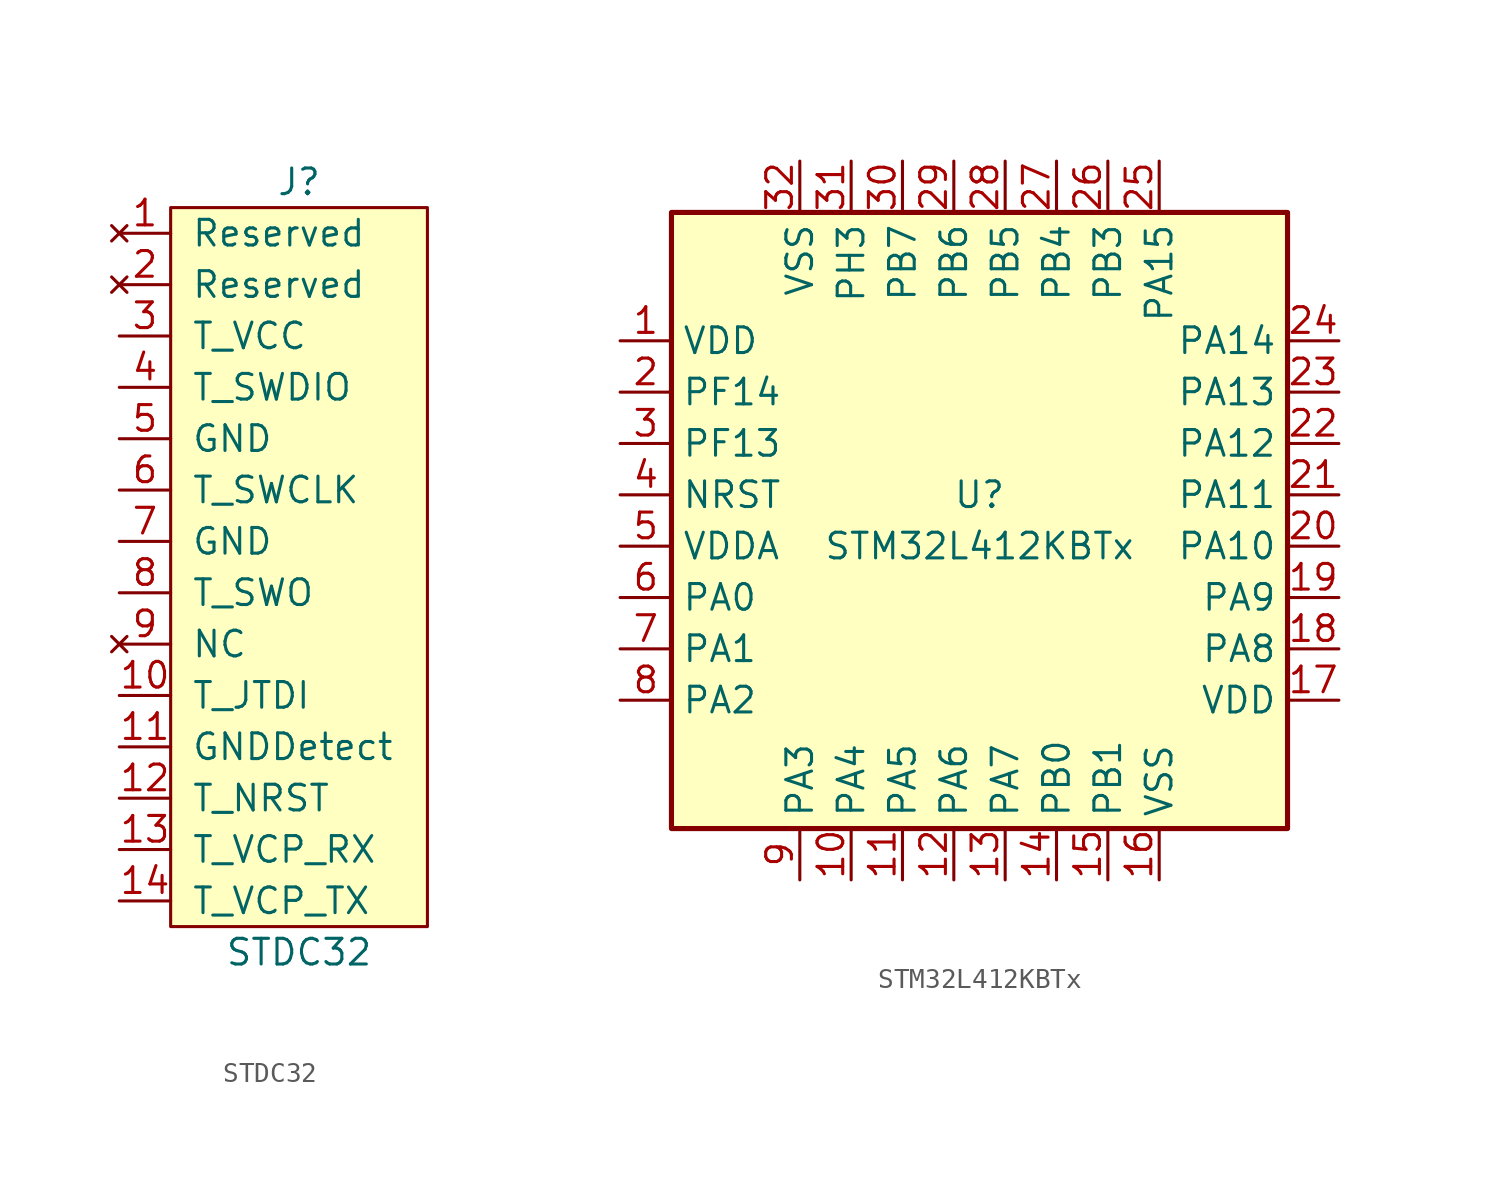
<source format=kicad_sym>
(kicad_symbol_lib
  (version 20211014)
  (generator kicad_symbol_editor)
  (symbol "STDC32"
    (pin_names
      (offset 1.016))
    (property "Reference" "J"
      (at 0 19.05 0)
      (effects (font (size 1.27 1.27))))
    (property "Value" "STDC32"
      (at 0 -19.05 0)
      (effects (font (size 1.27 1.27))))
    (symbol "STDC32_0_1"
      (rectangle (start -6.35 17.78) (end 6.35 -17.78) (stroke (width 0) (type default) (color 0 0 0 0)) (fill (type background))))
    (symbol "STDC32_1_1"
      (pin no_connect line (at -8.89 16.51 0) (length 2.54) (name "Reserved" (effects (font (size 1.27 1.27)))) (number "1" (effects (font (size 1.27 1.27)))))
      (pin passive line (at -8.89 -6.35 0) (length 2.54) (name "T_JTDI" (effects (font (size 1.27 1.27)))) (number "10" (effects (font (size 1.27 1.27)))))
      (pin power_in line (at -8.89 -8.89 0) (length 2.54) (name "GNDDetect" (effects (font (size 1.27 1.27)))) (number "11" (effects (font (size 1.27 1.27)))))
      (pin passive line (at -8.89 -11.43 0) (length 2.54) (name "T_NRST" (effects (font (size 1.27 1.27)))) (number "12" (effects (font (size 1.27 1.27)))))
      (pin passive line (at -8.89 -13.97 0) (length 2.54) (name "T_VCP_RX" (effects (font (size 1.27 1.27)))) (number "13" (effects (font (size 1.27 1.27)))))
      (pin passive line (at -8.89 -16.51 0) (length 2.54) (name "T_VCP_TX" (effects (font (size 1.27 1.27)))) (number "14" (effects (font (size 1.27 1.27)))))
      (pin no_connect line (at -8.89 13.97 0) (length 2.54) (name "Reserved" (effects (font (size 1.27 1.27)))) (number "2" (effects (font (size 1.27 1.27)))))
      (pin power_in line (at -8.89 11.43 0) (length 2.54) (name "T_VCC" (effects (font (size 1.27 1.27)))) (number "3" (effects (font (size 1.27 1.27)))))
      (pin passive line (at -8.89 8.89 0) (length 2.54) (name "T_SWDIO" (effects (font (size 1.27 1.27)))) (number "4" (effects (font (size 1.27 1.27)))))
      (pin power_in line (at -8.89 6.35 0) (length 2.54) (name "GND" (effects (font (size 1.27 1.27)))) (number "5" (effects (font (size 1.27 1.27)))))
      (pin passive line (at -8.89 3.81 0) (length 2.54) (name "T_SWCLK" (effects (font (size 1.27 1.27)))) (number "6" (effects (font (size 1.27 1.27)))))
      (pin power_in line (at -8.89 1.27 0) (length 2.54) (name "GND" (effects (font (size 1.27 1.27)))) (number "7" (effects (font (size 1.27 1.27)))))
      (pin passive line (at -8.89 -1.27 0) (length 2.54) (name "T_SWO" (effects (font (size 1.27 1.27)))) (number "8" (effects (font (size 1.27 1.27)))))
      (pin no_connect line (at -8.89 -3.81 0) (length 2.54) (name "NC" (effects (font (size 1.27 1.27)))) (number "9" (effects (font (size 1.27 1.27)))))))
  (symbol "STM32L412KBTx"
    (property "Reference" "U"
      (at 0 1.27 0)
      (effects (font (size 1.27 1.27))))
    (property "Value" "STM32L412KBTx"
      (at 0 -1.27 0)
      (effects (font (size 1.27 1.27))))
    (symbol "STM32L412KBTx_0_1"
      (rectangle (start -15.24 -15.24) (end 15.24 15.24) (stroke (width 0.254) (type default) (color 0 0 0 0)) (fill (type background))))
    (symbol "STM32L412KBTx_1_1"
      (pin power_in line (at -17.78 8.89 0) (length 2.54) (name "VDD" (effects (font (size 1.27 1.27)))) (number "1" (effects (font (size 1.27 1.27)))))
      (pin passive line (at -6.35 -17.78 90) (length 2.54) (name "PA4" (effects (font (size 1.27 1.27)))) (number "10" (effects (font (size 1.27 1.27)))))
      (pin passive line (at -3.81 -17.78 90) (length 2.54) (name "PA5" (effects (font (size 1.27 1.27)))) (number "11" (effects (font (size 1.27 1.27)))))
      (pin passive line (at -1.27 -17.78 90) (length 2.54) (name "PA6" (effects (font (size 1.27 1.27)))) (number "12" (effects (font (size 1.27 1.27)))))
      (pin passive line (at 1.27 -17.78 90) (length 2.54) (name "PA7" (effects (font (size 1.27 1.27)))) (number "13" (effects (font (size 1.27 1.27)))))
      (pin passive line (at 3.81 -17.78 90) (length 2.54) (name "PB0" (effects (font (size 1.27 1.27)))) (number "14" (effects (font (size 1.27 1.27)))))
      (pin passive line (at 6.35 -17.78 90) (length 2.54) (name "PB1" (effects (font (size 1.27 1.27)))) (number "15" (effects (font (size 1.27 1.27)))))
      (pin power_in line (at 8.89 -17.78 90) (length 2.54) (name "VSS" (effects (font (size 1.27 1.27)))) (number "16" (effects (font (size 1.27 1.27)))))
      (pin power_in line (at 17.78 -8.89 180) (length 2.54) (name "VDD" (effects (font (size 1.27 1.27)))) (number "17" (effects (font (size 1.27 1.27)))))
      (pin passive line (at 17.78 -6.35 180) (length 2.54) (name "PA8" (effects (font (size 1.27 1.27)))) (number "18" (effects (font (size 1.27 1.27)))))
      (pin passive line (at 17.78 -3.81 180) (length 2.54) (name "PA9" (effects (font (size 1.27 1.27)))) (number "19" (effects (font (size 1.27 1.27)))))
      (pin passive line (at -17.78 6.35 0) (length 2.54) (name "PF14" (effects (font (size 1.27 1.27)))) (number "2" (effects (font (size 1.27 1.27)))))
      (pin passive line (at 17.78 -1.27 180) (length 2.54) (name "PA10" (effects (font (size 1.27 1.27)))) (number "20" (effects (font (size 1.27 1.27)))))
      (pin passive line (at 17.78 1.27 180) (length 2.54) (name "PA11" (effects (font (size 1.27 1.27)))) (number "21" (effects (font (size 1.27 1.27)))))
      (pin passive line (at 17.78 3.81 180) (length 2.54) (name "PA12" (effects (font (size 1.27 1.27)))) (number "22" (effects (font (size 1.27 1.27)))))
      (pin passive line (at 17.78 6.35 180) (length 2.54) (name "PA13" (effects (font (size 1.27 1.27)))) (number "23" (effects (font (size 1.27 1.27)))))
      (pin passive line (at 17.78 8.89 180) (length 2.54) (name "PA14" (effects (font (size 1.27 1.27)))) (number "24" (effects (font (size 1.27 1.27)))))
      (pin passive line (at 8.89 17.78 270) (length 2.54) (name "PA15" (effects (font (size 1.27 1.27)))) (number "25" (effects (font (size 1.27 1.27)))))
      (pin passive line (at 6.35 17.78 270) (length 2.54) (name "PB3" (effects (font (size 1.27 1.27)))) (number "26" (effects (font (size 1.27 1.27)))))
      (pin passive line (at 3.81 17.78 270) (length 2.54) (name "PB4" (effects (font (size 1.27 1.27)))) (number "27" (effects (font (size 1.27 1.27)))))
      (pin passive line (at 1.27 17.78 270) (length 2.54) (name "PB5" (effects (font (size 1.27 1.27)))) (number "28" (effects (font (size 1.27 1.27)))))
      (pin passive line (at -1.27 17.78 270) (length 2.54) (name "PB6" (effects (font (size 1.27 1.27)))) (number "29" (effects (font (size 1.27 1.27)))))
      (pin passive line (at -17.78 3.81 0) (length 2.54) (name "PF13" (effects (font (size 1.27 1.27)))) (number "3" (effects (font (size 1.27 1.27)))))
      (pin passive line (at -3.81 17.78 270) (length 2.54) (name "PB7" (effects (font (size 1.27 1.27)))) (number "30" (effects (font (size 1.27 1.27)))))
      (pin passive line (at -6.35 17.78 270) (length 2.54) (name "PH3" (effects (font (size 1.27 1.27)))) (number "31" (effects (font (size 1.27 1.27)))))
      (pin power_in line (at -8.89 17.78 270) (length 2.54) (name "VSS" (effects (font (size 1.27 1.27)))) (number "32" (effects (font (size 1.27 1.27)))))
      (pin passive line (at -17.78 1.27 0) (length 2.54) (name "NRST" (effects (font (size 1.27 1.27)))) (number "4" (effects (font (size 1.27 1.27)))))
      (pin power_in line (at -17.78 -1.27 0) (length 2.54) (name "VDDA" (effects (font (size 1.27 1.27)))) (number "5" (effects (font (size 1.27 1.27)))))
      (pin passive line (at -17.78 -3.81 0) (length 2.54) (name "PA0" (effects (font (size 1.27 1.27)))) (number "6" (effects (font (size 1.27 1.27)))))
      (pin passive line (at -17.78 -6.35 0) (length 2.54) (name "PA1" (effects (font (size 1.27 1.27)))) (number "7" (effects (font (size 1.27 1.27)))))
      (pin passive line (at -17.78 -8.89 0) (length 2.54) (name "PA2" (effects (font (size 1.27 1.27)))) (number "8" (effects (font (size 1.27 1.27)))))
      (pin passive line (at -8.89 -17.78 90) (length 2.54) (name "PA3" (effects (font (size 1.27 1.27)))) (number "9" (effects (font (size 1.27 1.27))))))))
</source>
